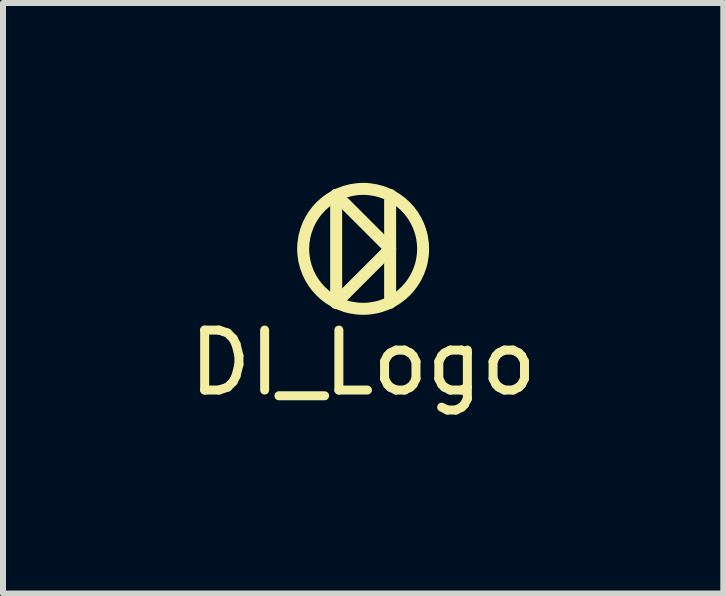
<source format=kicad_pcb>
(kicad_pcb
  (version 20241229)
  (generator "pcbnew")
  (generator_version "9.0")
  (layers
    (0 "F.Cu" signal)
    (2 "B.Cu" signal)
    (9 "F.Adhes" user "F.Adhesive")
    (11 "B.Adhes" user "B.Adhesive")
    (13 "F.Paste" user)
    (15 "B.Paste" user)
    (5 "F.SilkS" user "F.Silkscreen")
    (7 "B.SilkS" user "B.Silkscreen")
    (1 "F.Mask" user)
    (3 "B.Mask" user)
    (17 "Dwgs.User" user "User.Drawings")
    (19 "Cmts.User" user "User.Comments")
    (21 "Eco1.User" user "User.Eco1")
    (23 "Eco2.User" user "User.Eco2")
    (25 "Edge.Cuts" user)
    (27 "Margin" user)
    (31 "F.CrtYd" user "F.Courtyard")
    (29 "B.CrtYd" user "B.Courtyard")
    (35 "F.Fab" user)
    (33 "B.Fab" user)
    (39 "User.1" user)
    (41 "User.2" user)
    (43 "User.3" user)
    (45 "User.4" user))
  (footprint "DI_Logo"
    (layer "F.Cu")
    (at 3.006 1.1)
    (property "Reference" "DI_Logo" (at 0 1.9 0) (layer "F.SilkS") (effects (font (size 1 1) (thickness 0.15))))
    (attr through_hole)
    (fp_line (start -0.45 -0.9) (end -0.45 0.9) (stroke (width 0.2) (type solid)) (layer "F.SilkS"))
    (fp_line (start -0.45 0.9) (end 0.45 0) (stroke (width 0.2) (type solid)) (layer "F.SilkS"))
    (fp_line (start 0.45 -0.9) (end 0.45 0.9) (stroke (width 0.2) (type solid)) (layer "F.SilkS"))
    (fp_line (start 0.45 0) (end -0.45 -0.9) (stroke (width 0.2) (type solid)) (layer "F.SilkS"))
    (fp_circle (center 0 0) (end 1 0) (stroke (width 0.2) (type solid)) (fill no) (layer "F.SilkS")))
  (gr_rect
    (start -3 -3)
    (end 9.012 6.848)
    (stroke (width 0.1) (type default))
    (fill no)
    (layer "Edge.Cuts")))
</source>
